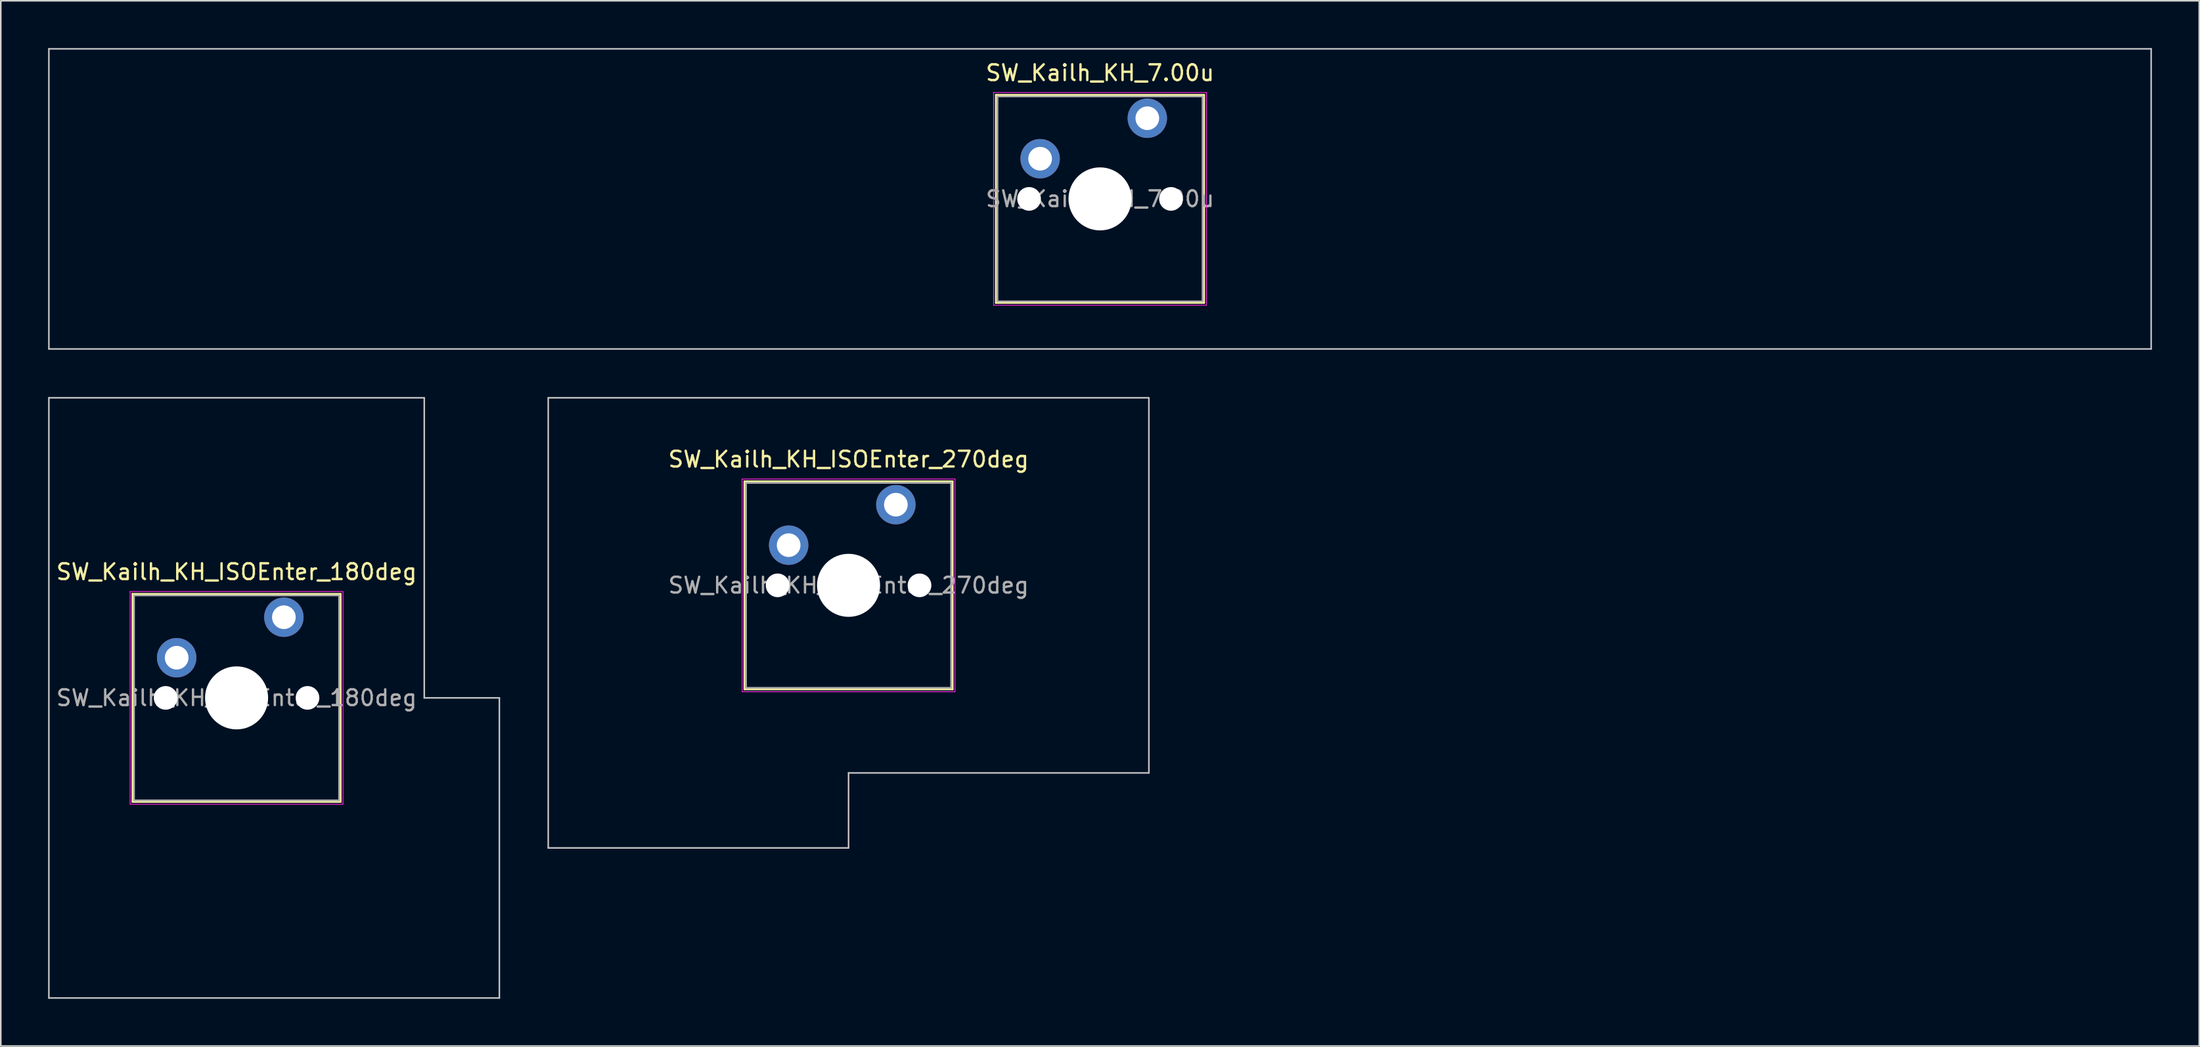
<source format=kicad_pcb>
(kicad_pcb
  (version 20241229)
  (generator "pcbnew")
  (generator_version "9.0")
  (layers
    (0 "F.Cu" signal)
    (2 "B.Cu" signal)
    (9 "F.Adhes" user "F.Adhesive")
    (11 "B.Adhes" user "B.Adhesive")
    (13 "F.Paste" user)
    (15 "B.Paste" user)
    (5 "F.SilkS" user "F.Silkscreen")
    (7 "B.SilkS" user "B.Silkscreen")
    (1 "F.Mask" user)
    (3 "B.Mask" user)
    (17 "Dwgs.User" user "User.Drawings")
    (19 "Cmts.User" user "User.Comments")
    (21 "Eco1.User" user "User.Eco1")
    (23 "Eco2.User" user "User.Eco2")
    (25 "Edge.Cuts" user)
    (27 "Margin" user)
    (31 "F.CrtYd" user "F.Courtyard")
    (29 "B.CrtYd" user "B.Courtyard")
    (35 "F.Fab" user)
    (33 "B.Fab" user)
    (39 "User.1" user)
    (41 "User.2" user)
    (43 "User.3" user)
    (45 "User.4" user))
  (footprint "SW_Kailh_KH_ISOEnter_180deg"
    (layer "F.Cu")
    (at 11.956 41.25)
    (property "Reference" "SW_Kailh_KH_ISOEnter_180deg" (at 0 -8 0) (layer "F.SilkS") (effects (font (size 1 1) (thickness 0.15))))
    (attr through_hole)
    (fp_line (start -6.6 -6.6) (end -6.6 6.6) (stroke (width 0.12) (type solid)) (layer "F.SilkS"))
    (fp_line (start -6.6 6.6) (end 6.6 6.6) (stroke (width 0.12) (type solid)) (layer "F.SilkS"))
    (fp_line (start 6.6 -6.6) (end -6.6 -6.6) (stroke (width 0.12) (type solid)) (layer "F.SilkS"))
    (fp_line (start 6.6 6.6) (end 6.6 -6.6) (stroke (width 0.12) (type solid)) (layer "F.SilkS"))
    (fp_line (start -11.906 -19.05) (end -11.906 19.05) (stroke (width 0.1) (type solid)) (layer "Dwgs.User"))
    (fp_line (start -11.906 19.05) (end 16.669 19.05) (stroke (width 0.1) (type solid)) (layer "Dwgs.User"))
    (fp_line (start 11.906 -19.05) (end -11.906 -19.05) (stroke (width 0.1) (type solid)) (layer "Dwgs.User"))
    (fp_line (start 11.906 0) (end 11.906 -19.05) (stroke (width 0.1) (type solid)) (layer "Dwgs.User"))
    (fp_line (start 16.669 0) (end 11.906 0) (stroke (width 0.1) (type solid)) (layer "Dwgs.User"))
    (fp_line (start 16.669 19.05) (end 16.669 0) (stroke (width 0.1) (type solid)) (layer "Dwgs.User"))
    (fp_line (start -6.1 -6.1) (end -6.1 6.1) (stroke (width 0.1) (type solid)) (layer "Eco1.User"))
    (fp_line (start -6.1 6.1) (end 6.1 6.1) (stroke (width 0.1) (type solid)) (layer "Eco1.User"))
    (fp_line (start 6.1 -6.1) (end -6.1 -6.1) (stroke (width 0.1) (type solid)) (layer "Eco1.User"))
    (fp_line (start 6.1 6.1) (end 6.1 -6.1) (stroke (width 0.1) (type solid)) (layer "Eco1.User"))
    (fp_line (start -6.75 -6.75) (end -6.75 6.75) (stroke (width 0.05) (type solid)) (layer "F.CrtYd"))
    (fp_line (start -6.75 6.75) (end 6.75 6.75) (stroke (width 0.05) (type solid)) (layer "F.CrtYd"))
    (fp_line (start 6.75 -6.75) (end -6.75 -6.75) (stroke (width 0.05) (type solid)) (layer "F.CrtYd"))
    (fp_line (start 6.75 6.75) (end 6.75 -6.75) (stroke (width 0.05) (type solid)) (layer "F.CrtYd"))
    (fp_line (start -6.5 -6.5) (end -6.5 6.5) (stroke (width 0.1) (type solid)) (layer "F.Fab"))
    (fp_line (start -6.5 6.5) (end 6.5 6.5) (stroke (width 0.1) (type solid)) (layer "F.Fab"))
    (fp_line (start 6.5 -6.5) (end -6.5 -6.5) (stroke (width 0.1) (type solid)) (layer "F.Fab"))
    (fp_line (start 6.5 6.5) (end 6.5 -6.5) (stroke (width 0.1) (type solid)) (layer "F.Fab"))
    (fp_text user "${REFERENCE}" (at 0 0 0) (layer "F.Fab") (effects (font (size 1 1) (thickness 0.15))))
    (pad "" np_thru_hole circle (at -4.5 0) (size 1.5 1.5) (drill 1.5) (layers "*.Cu" "*.Mask"))
    (pad "" smd circle (at -3.8 -2.55) (size 1.55 1.55) (layers "F.Mask"))
    (pad "" np_thru_hole circle (at 0 0) (size 4 4) (drill 4) (layers "*.Cu" "*.Mask"))
    (pad "" smd circle (at 3 -5.12) (size 1.55 1.55) (layers "F.Mask"))
    (pad "" np_thru_hole circle (at 4.5 0) (size 1.5 1.5) (drill 1.5) (layers "*.Cu" "*.Mask"))
    (pad "1" thru_hole circle (at -3.8 -2.55) (size 2.5 2.5) (drill 1.5) (layers "*.Cu" "B.Mask"))
    (pad "2" thru_hole circle (at 3 -5.12) (size 2.5 2.5) (drill 1.5) (layers "*.Cu" "B.Mask")))
  (footprint "SW_Kailh_KH_ISOEnter_270deg"
    (layer "F.Cu")
    (at 50.775 34.106)
    (property "Reference" "SW_Kailh_KH_ISOEnter_270deg" (at 0 -8 0) (layer "F.SilkS") (effects (font (size 1 1) (thickness 0.15))))
    (attr through_hole)
    (fp_line (start -6.6 -6.6) (end -6.6 6.6) (stroke (width 0.12) (type solid)) (layer "F.SilkS"))
    (fp_line (start -6.6 6.6) (end 6.6 6.6) (stroke (width 0.12) (type solid)) (layer "F.SilkS"))
    (fp_line (start 6.6 -6.6) (end -6.6 -6.6) (stroke (width 0.12) (type solid)) (layer "F.SilkS"))
    (fp_line (start 6.6 6.6) (end 6.6 -6.6) (stroke (width 0.12) (type solid)) (layer "F.SilkS"))
    (fp_line (start -19.05 -11.906) (end -19.05 16.669) (stroke (width 0.1) (type solid)) (layer "Dwgs.User"))
    (fp_line (start -19.05 16.669) (end 0 16.669) (stroke (width 0.1) (type solid)) (layer "Dwgs.User"))
    (fp_line (start 0 11.906) (end 19.05 11.906) (stroke (width 0.1) (type solid)) (layer "Dwgs.User"))
    (fp_line (start 0 16.669) (end 0 11.906) (stroke (width 0.1) (type solid)) (layer "Dwgs.User"))
    (fp_line (start 19.05 -11.906) (end -19.05 -11.906) (stroke (width 0.1) (type solid)) (layer "Dwgs.User"))
    (fp_line (start 19.05 11.906) (end 19.05 -11.906) (stroke (width 0.1) (type solid)) (layer "Dwgs.User"))
    (fp_line (start -6.1 -6.1) (end -6.1 6.1) (stroke (width 0.1) (type solid)) (layer "Eco1.User"))
    (fp_line (start -6.1 6.1) (end 6.1 6.1) (stroke (width 0.1) (type solid)) (layer "Eco1.User"))
    (fp_line (start 6.1 -6.1) (end -6.1 -6.1) (stroke (width 0.1) (type solid)) (layer "Eco1.User"))
    (fp_line (start 6.1 6.1) (end 6.1 -6.1) (stroke (width 0.1) (type solid)) (layer "Eco1.User"))
    (fp_line (start -6.75 -6.75) (end -6.75 6.75) (stroke (width 0.05) (type solid)) (layer "F.CrtYd"))
    (fp_line (start -6.75 6.75) (end 6.75 6.75) (stroke (width 0.05) (type solid)) (layer "F.CrtYd"))
    (fp_line (start 6.75 -6.75) (end -6.75 -6.75) (stroke (width 0.05) (type solid)) (layer "F.CrtYd"))
    (fp_line (start 6.75 6.75) (end 6.75 -6.75) (stroke (width 0.05) (type solid)) (layer "F.CrtYd"))
    (fp_line (start -6.5 -6.5) (end -6.5 6.5) (stroke (width 0.1) (type solid)) (layer "F.Fab"))
    (fp_line (start -6.5 6.5) (end 6.5 6.5) (stroke (width 0.1) (type solid)) (layer "F.Fab"))
    (fp_line (start 6.5 -6.5) (end -6.5 -6.5) (stroke (width 0.1) (type solid)) (layer "F.Fab"))
    (fp_line (start 6.5 6.5) (end 6.5 -6.5) (stroke (width 0.1) (type solid)) (layer "F.Fab"))
    (fp_text user "${REFERENCE}" (at 0 0 0) (layer "F.Fab") (effects (font (size 1 1) (thickness 0.15))))
    (pad "" np_thru_hole circle (at -4.5 0) (size 1.5 1.5) (drill 1.5) (layers "*.Cu" "*.Mask"))
    (pad "" smd circle (at -3.8 -2.55) (size 1.55 1.55) (layers "F.Mask"))
    (pad "" np_thru_hole circle (at 0 0) (size 4 4) (drill 4) (layers "*.Cu" "*.Mask"))
    (pad "" smd circle (at 3 -5.12) (size 1.55 1.55) (layers "F.Mask"))
    (pad "" np_thru_hole circle (at 4.5 0) (size 1.5 1.5) (drill 1.5) (layers "*.Cu" "*.Mask"))
    (pad "1" thru_hole circle (at -3.8 -2.55) (size 2.5 2.5) (drill 1.5) (layers "*.Cu" "B.Mask"))
    (pad "2" thru_hole circle (at 3 -5.12) (size 2.5 2.5) (drill 1.5) (layers "*.Cu" "B.Mask")))
  (footprint "SW_Kailh_KH_7.00u"
    (layer "F.Cu")
    (at 66.725 9.575)
    (property "Reference" "SW_Kailh_KH_7.00u" (at 0 -8 0) (layer "F.SilkS") (effects (font (size 1 1) (thickness 0.15))))
    (attr through_hole)
    (fp_line (start -6.6 -6.6) (end -6.6 6.6) (stroke (width 0.12) (type solid)) (layer "F.SilkS"))
    (fp_line (start -6.6 6.6) (end 6.6 6.6) (stroke (width 0.12) (type solid)) (layer "F.SilkS"))
    (fp_line (start 6.6 -6.6) (end -6.6 -6.6) (stroke (width 0.12) (type solid)) (layer "F.SilkS"))
    (fp_line (start 6.6 6.6) (end 6.6 -6.6) (stroke (width 0.12) (type solid)) (layer "F.SilkS"))
    (fp_line (start -66.675 -9.525) (end -66.675 9.525) (stroke (width 0.1) (type solid)) (layer "Dwgs.User"))
    (fp_line (start -66.675 9.525) (end 66.675 9.525) (stroke (width 0.1) (type solid)) (layer "Dwgs.User"))
    (fp_line (start 66.675 -9.525) (end -66.675 -9.525) (stroke (width 0.1) (type solid)) (layer "Dwgs.User"))
    (fp_line (start 66.675 9.525) (end 66.675 -9.525) (stroke (width 0.1) (type solid)) (layer "Dwgs.User"))
    (fp_line (start -6.1 -6.1) (end -6.1 6.1) (stroke (width 0.1) (type solid)) (layer "Eco1.User"))
    (fp_line (start -6.1 6.1) (end 6.1 6.1) (stroke (width 0.1) (type solid)) (layer "Eco1.User"))
    (fp_line (start 6.1 -6.1) (end -6.1 -6.1) (stroke (width 0.1) (type solid)) (layer "Eco1.User"))
    (fp_line (start 6.1 6.1) (end 6.1 -6.1) (stroke (width 0.1) (type solid)) (layer "Eco1.User"))
    (fp_line (start -6.75 -6.75) (end -6.75 6.75) (stroke (width 0.05) (type solid)) (layer "F.CrtYd"))
    (fp_line (start -6.75 6.75) (end 6.75 6.75) (stroke (width 0.05) (type solid)) (layer "F.CrtYd"))
    (fp_line (start 6.75 -6.75) (end -6.75 -6.75) (stroke (width 0.05) (type solid)) (layer "F.CrtYd"))
    (fp_line (start 6.75 6.75) (end 6.75 -6.75) (stroke (width 0.05) (type solid)) (layer "F.CrtYd"))
    (fp_line (start -6.5 -6.5) (end -6.5 6.5) (stroke (width 0.1) (type solid)) (layer "F.Fab"))
    (fp_line (start -6.5 6.5) (end 6.5 6.5) (stroke (width 0.1) (type solid)) (layer "F.Fab"))
    (fp_line (start 6.5 -6.5) (end -6.5 -6.5) (stroke (width 0.1) (type solid)) (layer "F.Fab"))
    (fp_line (start 6.5 6.5) (end 6.5 -6.5) (stroke (width 0.1) (type solid)) (layer "F.Fab"))
    (fp_text user "${REFERENCE}" (at 0 0 0) (layer "F.Fab") (effects (font (size 1 1) (thickness 0.15))))
    (pad "" np_thru_hole circle (at -4.5 0) (size 1.5 1.5) (drill 1.5) (layers "*.Cu" "*.Mask"))
    (pad "" smd circle (at -3.8 -2.55) (size 1.55 1.55) (layers "F.Mask"))
    (pad "" np_thru_hole circle (at 0 0) (size 4 4) (drill 4) (layers "*.Cu" "*.Mask"))
    (pad "" smd circle (at 3 -5.12) (size 1.55 1.55) (layers "F.Mask"))
    (pad "" np_thru_hole circle (at 4.5 0) (size 1.5 1.5) (drill 1.5) (layers "*.Cu" "*.Mask"))
    (pad "1" thru_hole circle (at -3.8 -2.55) (size 2.5 2.5) (drill 1.5) (layers "*.Cu" "B.Mask"))
    (pad "2" thru_hole circle (at 3 -5.12) (size 2.5 2.5) (drill 1.5) (layers "*.Cu" "B.Mask")))
  (gr_rect
    (start -3 -3)
    (end 136.45 63.35)
    (stroke (width 0.1) (type default))
    (fill no)
    (layer "Edge.Cuts")))
</source>
